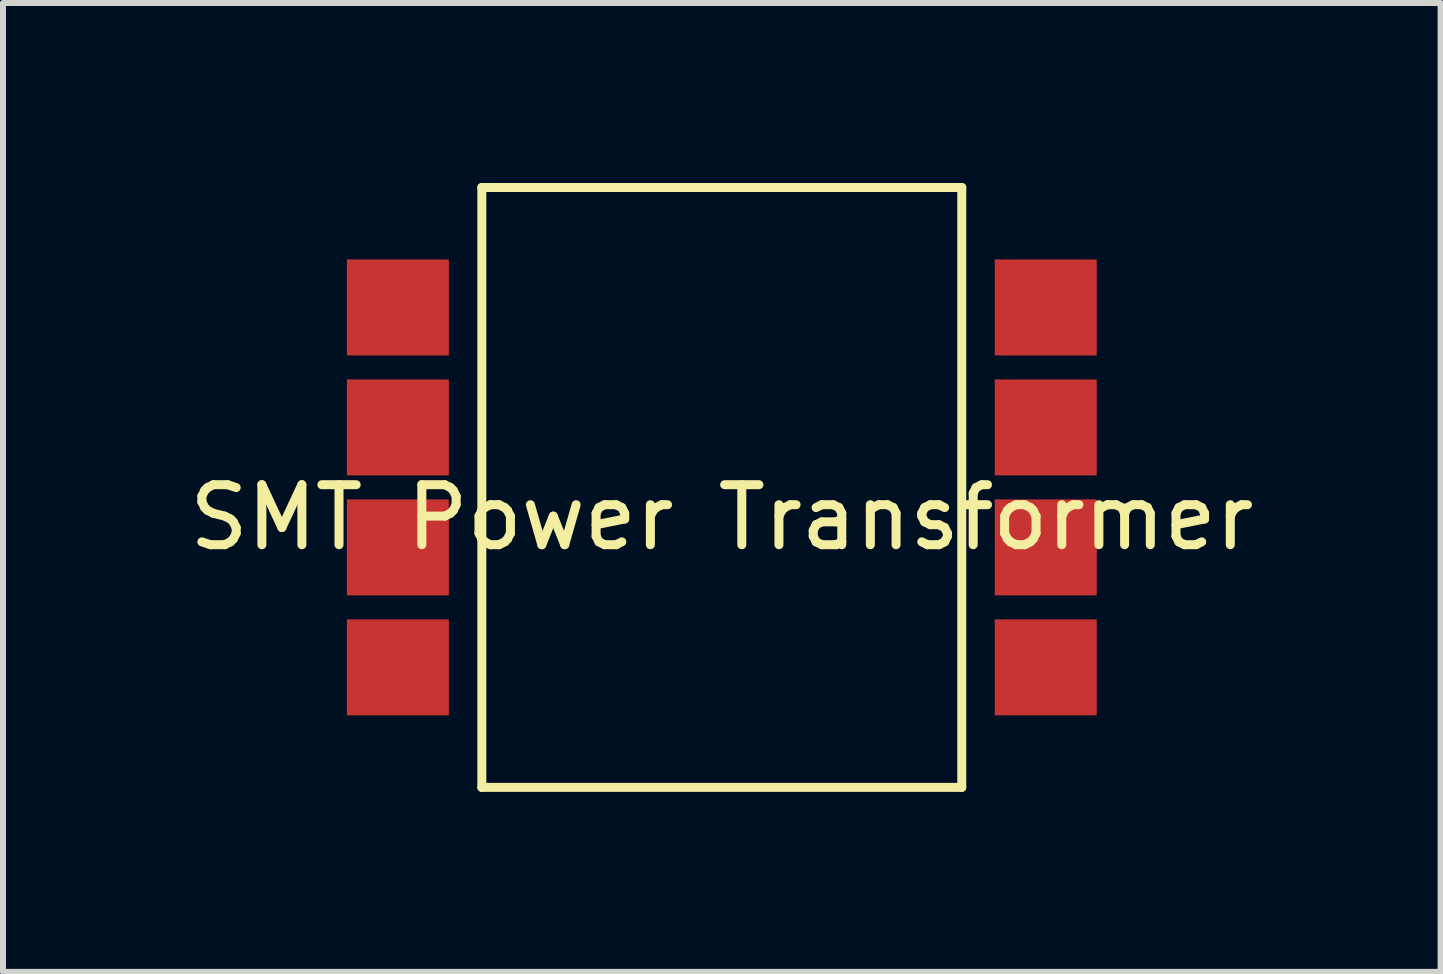
<source format=kicad_pcb>
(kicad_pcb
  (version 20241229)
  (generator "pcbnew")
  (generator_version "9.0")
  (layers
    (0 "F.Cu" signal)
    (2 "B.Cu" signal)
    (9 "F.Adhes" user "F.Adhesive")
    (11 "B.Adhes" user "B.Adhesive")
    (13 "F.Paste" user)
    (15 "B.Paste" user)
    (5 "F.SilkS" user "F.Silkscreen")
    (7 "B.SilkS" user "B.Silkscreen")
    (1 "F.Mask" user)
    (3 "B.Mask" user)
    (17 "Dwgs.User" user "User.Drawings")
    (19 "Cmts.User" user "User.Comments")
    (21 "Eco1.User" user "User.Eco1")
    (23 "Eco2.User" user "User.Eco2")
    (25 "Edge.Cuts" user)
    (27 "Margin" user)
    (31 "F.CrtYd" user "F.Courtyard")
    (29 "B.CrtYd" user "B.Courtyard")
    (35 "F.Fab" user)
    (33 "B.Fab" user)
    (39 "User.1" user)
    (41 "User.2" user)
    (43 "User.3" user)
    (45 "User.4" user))
  (footprint "SMT Power Transformer"
    (layer "F.Cu")
    (at 8.982 5.075)
    (property "Reference" "SMT Power Transformer" (at 0 0.5 0) (layer "F.SilkS") (effects (font (size 1 1) (thickness 0.15))))
    (attr through_hole)
    (fp_line (start -4 -5) (end -4 5) (stroke (width 0.15) (type solid)) (layer "F.SilkS"))
    (fp_line (start -4 5) (end 4 5) (stroke (width 0.15) (type solid)) (layer "F.SilkS"))
    (fp_line (start 4 -5) (end -4 -5) (stroke (width 0.15) (type solid)) (layer "F.SilkS"))
    (fp_line (start 4 5) (end 4 -5) (stroke (width 0.15) (type solid)) (layer "F.SilkS"))
    (pad "1" smd rect (at -5.4 -3) (size 1.7 1.6) (layers "F.Cu" "F.Mask" "F.Paste"))
    (pad "1" smd rect (at -5.4 -1) (size 1.7 1.6) (layers "F.Cu" "F.Mask" "F.Paste"))
    (pad "1" smd rect (at -5.4 1) (size 1.7 1.6) (layers "F.Cu" "F.Mask" "F.Paste"))
    (pad "1" smd rect (at -5.4 3) (size 1.7 1.6) (layers "F.Cu" "F.Mask" "F.Paste"))
    (pad "1" smd rect (at 5.4 -3) (size 1.7 1.6) (layers "F.Cu" "F.Mask" "F.Paste"))
    (pad "1" smd rect (at 5.4 -1) (size 1.7 1.6) (layers "F.Cu" "F.Mask" "F.Paste"))
    (pad "1" smd rect (at 5.4 1) (size 1.7 1.6) (layers "F.Cu" "F.Mask" "F.Paste"))
    (pad "1" smd rect (at 5.4 3) (size 1.7 1.6) (layers "F.Cu" "F.Mask" "F.Paste")))
  (gr_rect
    (start -3 -3)
    (end 20.964 13.15)
    (stroke (width 0.1) (type default))
    (fill no)
    (layer "Edge.Cuts")))
</source>
